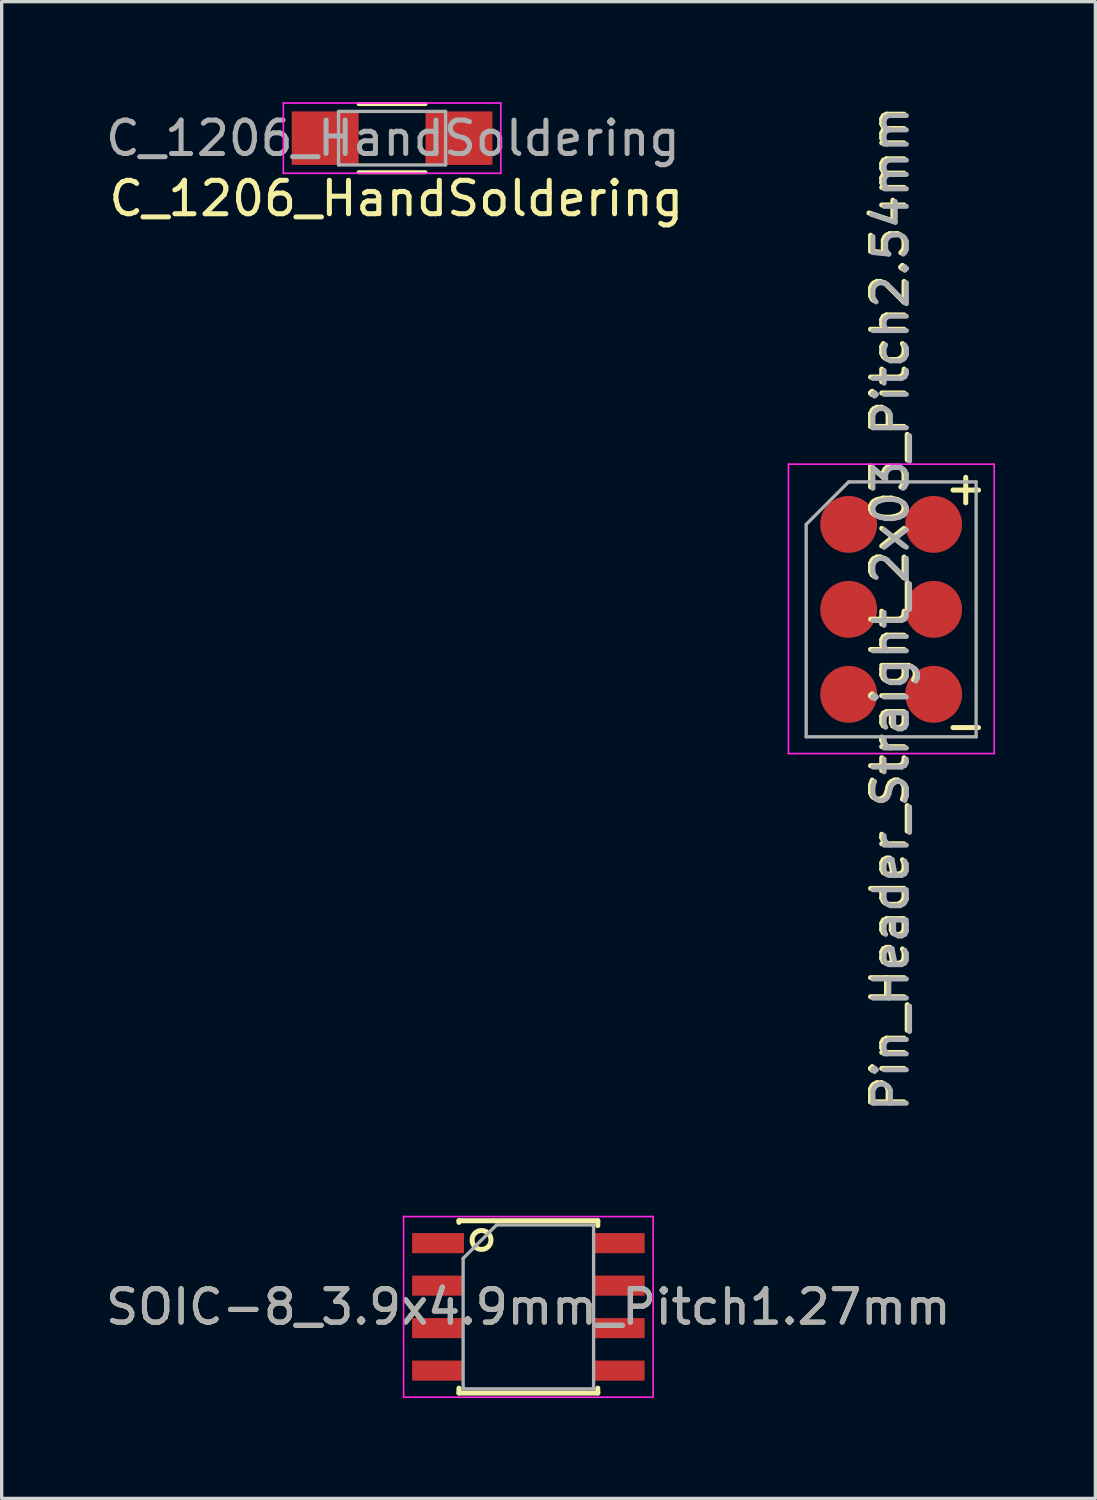
<source format=kicad_pcb>
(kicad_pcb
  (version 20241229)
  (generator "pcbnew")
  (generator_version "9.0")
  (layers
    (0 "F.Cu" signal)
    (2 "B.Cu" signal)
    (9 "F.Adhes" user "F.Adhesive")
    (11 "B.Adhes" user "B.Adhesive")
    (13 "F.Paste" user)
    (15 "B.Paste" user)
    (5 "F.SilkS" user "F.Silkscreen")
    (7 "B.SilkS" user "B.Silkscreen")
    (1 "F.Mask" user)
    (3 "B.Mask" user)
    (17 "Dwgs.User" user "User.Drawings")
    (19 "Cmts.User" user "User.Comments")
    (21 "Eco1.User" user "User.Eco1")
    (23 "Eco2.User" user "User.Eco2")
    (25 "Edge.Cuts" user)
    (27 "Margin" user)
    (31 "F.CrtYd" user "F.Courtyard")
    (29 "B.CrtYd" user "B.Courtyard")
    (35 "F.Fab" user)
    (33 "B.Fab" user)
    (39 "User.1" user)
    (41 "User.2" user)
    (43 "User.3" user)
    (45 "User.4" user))
  (footprint "Pin_Header_Straight_2x03_Pitch2.54mm"
    (layer "F.Cu")
    (at 22.318 12.625)
    (property "Reference" "Pin_Header_Straight_2x03_Pitch2.54mm" (at 1.2 2.5 90) (layer "F.SilkS") (effects (font (size 1 1) (thickness 0.15))))
    (attr through_hole)
    (fp_line (start -1.8 -1.8) (end -1.8 6.85) (stroke (width 0.05) (type solid)) (layer "F.CrtYd"))
    (fp_line (start -1.8 6.85) (end 4.35 6.85) (stroke (width 0.05) (type solid)) (layer "F.CrtYd"))
    (fp_line (start 4.35 -1.8) (end -1.8 -1.8) (stroke (width 0.05) (type solid)) (layer "F.CrtYd"))
    (fp_line (start 4.35 6.85) (end 4.35 -1.8) (stroke (width 0.05) (type solid)) (layer "F.CrtYd"))
    (fp_line (start -1.27 0) (end 0 -1.27) (stroke (width 0.1) (type solid)) (layer "F.Fab"))
    (fp_line (start -1.27 6.35) (end -1.27 0) (stroke (width 0.1) (type solid)) (layer "F.Fab"))
    (fp_line (start 0 -1.27) (end 3.81 -1.27) (stroke (width 0.1) (type solid)) (layer "F.Fab"))
    (fp_line (start 3.81 -1.27) (end 3.81 6.35) (stroke (width 0.1) (type solid)) (layer "F.Fab"))
    (fp_line (start 3.81 6.35) (end -1.27 6.35) (stroke (width 0.1) (type solid)) (layer "F.Fab"))
    (fp_text user "-" (at 3.5 6 0) (layer "F.SilkS") (effects (font (size 1 1) (thickness 0.15))))
    (fp_text user "+" (at 3.5 -1.1 0) (layer "F.SilkS") (effects (font (size 1 1) (thickness 0.15))))
    (fp_text user "${REFERENCE}" (at 1.27 2.54 90) (layer "F.Fab") (effects (font (size 1 1) (thickness 0.15))))
    (pad "1" smd circle (at 0 0) (size 1.7 1.7) (layers "F.Cu" "F.Mask" "F.Paste"))
    (pad "2" smd oval (at 2.54 0) (size 1.7 1.7) (layers "F.Cu" "F.Mask" "F.Paste"))
    (pad "3" smd oval (at 0 2.54) (size 1.7 1.7) (layers "F.Cu" "F.Mask" "F.Paste"))
    (pad "4" smd oval (at 2.54 2.54) (size 1.7 1.7) (layers "F.Cu" "F.Mask" "F.Paste"))
    (pad "5" smd oval (at 0 5.08) (size 1.7 1.7) (layers "F.Cu" "F.Mask" "F.Paste"))
    (pad "6" smd oval (at 2.54 5.08) (size 1.7 1.7) (layers "F.Cu" "F.Mask" "F.Paste")))
  (footprint "SOIC-8_3.9x4.9mm_Pitch1.27mm"
    (layer "F.Cu")
    (at 12.744 36.015)
    (property "Reference" "SOIC-8_3.9x4.9mm_Pitch1.27mm" (at 0 0 0) (layer "F.SilkS") (effects (font (size 1 1) (thickness 0.15))))
    (attr smd)
    (fp_line (start -2.075 -2.575) (end -2.075 -2.525) (stroke (width 0.15) (type solid)) (layer "F.SilkS"))
    (fp_line (start -2.075 -2.575) (end 2.075 -2.575) (stroke (width 0.15) (type solid)) (layer "F.SilkS"))
    (fp_line (start -2.075 2.575) (end -2.075 2.43) (stroke (width 0.15) (type solid)) (layer "F.SilkS"))
    (fp_line (start -2.075 2.575) (end 2.075 2.575) (stroke (width 0.15) (type solid)) (layer "F.SilkS"))
    (fp_line (start 2.075 -2.575) (end 2.075 -2.43) (stroke (width 0.15) (type solid)) (layer "F.SilkS"))
    (fp_line (start 2.075 2.575) (end 2.075 2.43) (stroke (width 0.15) (type solid)) (layer "F.SilkS"))
    (fp_circle (center -1.4 -2) (end -1.6 -2.2) (stroke (width 0.15) (type solid)) (fill no) (layer "F.SilkS"))
    (fp_line (start -3.73 -2.7) (end -3.73 2.7) (stroke (width 0.05) (type solid)) (layer "F.CrtYd"))
    (fp_line (start -3.73 -2.7) (end 3.73 -2.7) (stroke (width 0.05) (type solid)) (layer "F.CrtYd"))
    (fp_line (start -3.73 2.7) (end 3.73 2.7) (stroke (width 0.05) (type solid)) (layer "F.CrtYd"))
    (fp_line (start 3.73 -2.7) (end 3.73 2.7) (stroke (width 0.05) (type solid)) (layer "F.CrtYd"))
    (fp_line (start -1.95 -1.45) (end -0.95 -2.45) (stroke (width 0.1) (type solid)) (layer "F.Fab"))
    (fp_line (start -1.95 2.45) (end -1.95 -1.45) (stroke (width 0.1) (type solid)) (layer "F.Fab"))
    (fp_line (start -0.95 -2.45) (end 1.95 -2.45) (stroke (width 0.1) (type solid)) (layer "F.Fab"))
    (fp_line (start 1.95 -2.45) (end 1.95 2.45) (stroke (width 0.1) (type solid)) (layer "F.Fab"))
    (fp_line (start 1.95 2.45) (end -1.95 2.45) (stroke (width 0.1) (type solid)) (layer "F.Fab"))
    (fp_text user "${REFERENCE}" (at 0 0 0) (layer "F.Fab") (effects (font (size 1 1) (thickness 0.15))))
    (pad "1" smd rect (at -2.7 -1.905) (size 1.55 0.6) (layers "F.Cu" "F.Mask" "F.Paste"))
    (pad "2" smd rect (at -2.7 -0.635) (size 1.55 0.6) (layers "F.Cu" "F.Mask" "F.Paste"))
    (pad "3" smd rect (at -2.7 0.635) (size 1.55 0.6) (layers "F.Cu" "F.Mask" "F.Paste"))
    (pad "4" smd rect (at -2.7 1.905) (size 1.55 0.6) (layers "F.Cu" "F.Mask" "F.Paste"))
    (pad "5" smd rect (at 2.7 1.905) (size 1.55 0.6) (layers "F.Cu" "F.Mask" "F.Paste"))
    (pad "6" smd rect (at 2.7 0.635) (size 1.55 0.6) (layers "F.Cu" "F.Mask" "F.Paste"))
    (pad "7" smd rect (at 2.7 -0.635) (size 1.55 0.6) (layers "F.Cu" "F.Mask" "F.Paste"))
    (pad "8" smd rect (at 2.7 -1.905) (size 1.55 0.6) (layers "F.Cu" "F.Mask" "F.Paste")))
  (footprint "C_1206_HandSoldering"
    (layer "F.Cu")
    (at 8.67 1.08)
    (property "Reference" "C_1206_HandSoldering" (at 0.126 1.804 0) (layer "F.SilkS") (effects (font (size 1 1) (thickness 0.15))))
    (attr smd)
    (fp_line (start -1 1.02) (end 1 1.02) (stroke (width 0.12) (type solid)) (layer "F.SilkS"))
    (fp_line (start 1 -1.02) (end -1 -1.02) (stroke (width 0.12) (type solid)) (layer "F.SilkS"))
    (fp_line (start -3.25 -1.05) (end -3.25 1.05) (stroke (width 0.05) (type solid)) (layer "F.CrtYd"))
    (fp_line (start -3.25 -1.05) (end 3.25 -1.05) (stroke (width 0.05) (type solid)) (layer "F.CrtYd"))
    (fp_line (start 3.25 1.05) (end -3.25 1.05) (stroke (width 0.05) (type solid)) (layer "F.CrtYd"))
    (fp_line (start 3.25 1.05) (end 3.25 -1.05) (stroke (width 0.05) (type solid)) (layer "F.CrtYd"))
    (fp_line (start -1.6 -0.8) (end 1.6 -0.8) (stroke (width 0.1) (type solid)) (layer "F.Fab"))
    (fp_line (start -1.6 0.8) (end -1.6 -0.8) (stroke (width 0.1) (type solid)) (layer "F.Fab"))
    (fp_line (start 1.6 -0.8) (end 1.6 0.8) (stroke (width 0.1) (type solid)) (layer "F.Fab"))
    (fp_line (start 1.6 0.8) (end -1.6 0.8) (stroke (width 0.1) (type solid)) (layer "F.Fab"))
    (fp_text user "${REFERENCE}" (at 0.026 0.004 0) (layer "F.Fab") (effects (font (size 1 1) (thickness 0.15))))
    (pad "1" smd rect (at -2 0) (size 2 1.6) (layers "F.Cu" "F.Mask" "F.Paste"))
    (pad "2" smd rect (at 2 0) (size 2 1.6) (layers "F.Cu" "F.Mask" "F.Paste")))
  (gr_rect
    (start -3 -3)
    (end 29.693 41.74)
    (stroke (width 0.1) (type default))
    (fill no)
    (layer "Edge.Cuts")))
</source>
